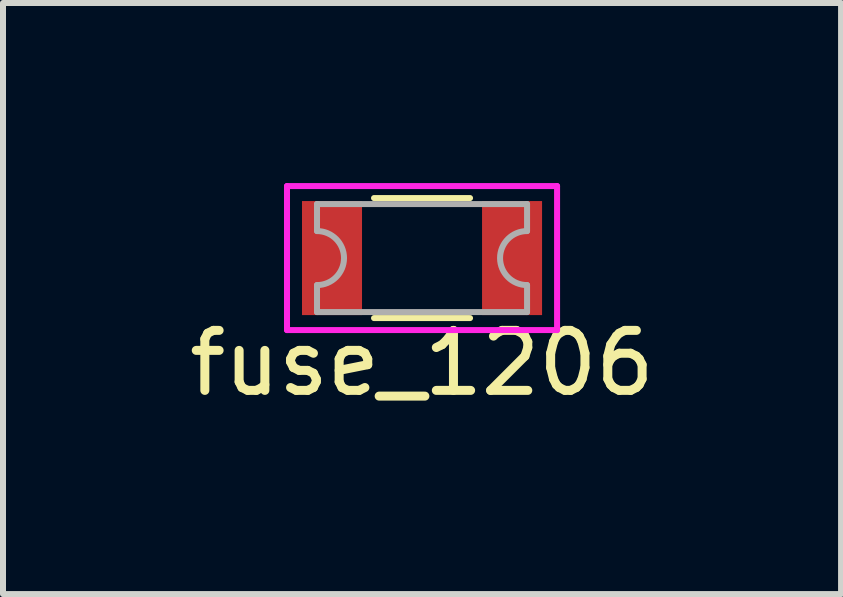
<source format=kicad_pcb>
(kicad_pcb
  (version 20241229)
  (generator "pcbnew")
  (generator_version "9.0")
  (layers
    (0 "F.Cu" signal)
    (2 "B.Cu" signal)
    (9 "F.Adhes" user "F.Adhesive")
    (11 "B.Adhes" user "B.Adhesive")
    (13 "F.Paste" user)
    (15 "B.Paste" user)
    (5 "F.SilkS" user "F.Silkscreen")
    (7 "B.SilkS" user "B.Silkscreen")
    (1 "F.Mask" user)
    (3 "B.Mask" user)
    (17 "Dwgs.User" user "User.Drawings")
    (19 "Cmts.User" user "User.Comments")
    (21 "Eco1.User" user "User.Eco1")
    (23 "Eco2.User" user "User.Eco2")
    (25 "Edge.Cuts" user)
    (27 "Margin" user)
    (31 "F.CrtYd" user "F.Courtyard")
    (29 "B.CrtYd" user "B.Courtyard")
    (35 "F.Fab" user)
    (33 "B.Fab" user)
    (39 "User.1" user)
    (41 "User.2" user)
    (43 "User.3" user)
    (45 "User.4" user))
  (footprint "fuse_1206"
    (layer "F.Cu")
    (at 3.982 1.25)
    (property "Reference" "fuse_1206" (at 0 1.75 0) (layer "F.SilkS") (effects (font (size 1 1) (thickness 0.15))))
    (attr through_hole)
    (fp_line (start -0.8 -1) (end 0.8 -1) (stroke (width 0.1) (type solid)) (layer "F.SilkS"))
    (fp_line (start -0.8 1) (end 0.8 1) (stroke (width 0.1) (type solid)) (layer "F.SilkS"))
    (fp_line (start -2.25 -1.2) (end 2.25 -1.2) (stroke (width 0.1) (type solid)) (layer "F.CrtYd"))
    (fp_line (start -2.25 1.2) (end -2.25 -1.2) (stroke (width 0.1) (type solid)) (layer "F.CrtYd"))
    (fp_line (start 2.25 -1.2) (end 2.25 1.2) (stroke (width 0.1) (type solid)) (layer "F.CrtYd"))
    (fp_line (start 2.25 1.2) (end -2.25 1.2) (stroke (width 0.1) (type solid)) (layer "F.CrtYd"))
    (fp_line (start -1.75 -0.9) (end -1.75 -0.45) (stroke (width 0.1) (type solid)) (layer "F.Fab"))
    (fp_line (start -1.75 -0.9) (end 1.75 -0.9) (stroke (width 0.1) (type solid)) (layer "F.Fab"))
    (fp_line (start -1.75 0.45) (end -1.75 0.9) (stroke (width 0.1) (type solid)) (layer "F.Fab"))
    (fp_line (start -1.75 0.9) (end 1.75 0.9) (stroke (width 0.1) (type solid)) (layer "F.Fab"))
    (fp_line (start 1.75 -0.45) (end 1.75 -0.9) (stroke (width 0.1) (type solid)) (layer "F.Fab"))
    (fp_line (start 1.75 0.45) (end 1.75 0.9) (stroke (width 0.1) (type solid)) (layer "F.Fab"))
    (fp_arc (start -1.75 -0.45) (mid -1.3 0) (end -1.75 0.45) (stroke (width 0.1) (type solid)) (layer "F.Fab"))
    (fp_arc (start 1.75 0.45) (mid 1.3 0) (end 1.75 -0.45) (stroke (width 0.1) (type solid)) (layer "F.Fab"))
    (pad "1" smd rect (at -1.5 0) (size 1 1.9) (layers "F.Cu" "F.Mask" "F.Paste"))
    (pad "2" smd rect (at 1.5 0) (size 1 1.9) (layers "F.Cu" "F.Mask" "F.Paste")))
  (gr_rect
    (start -3 -3)
    (end 10.964 6.848)
    (stroke (width 0.1) (type default))
    (fill no)
    (layer "Edge.Cuts")))
</source>
